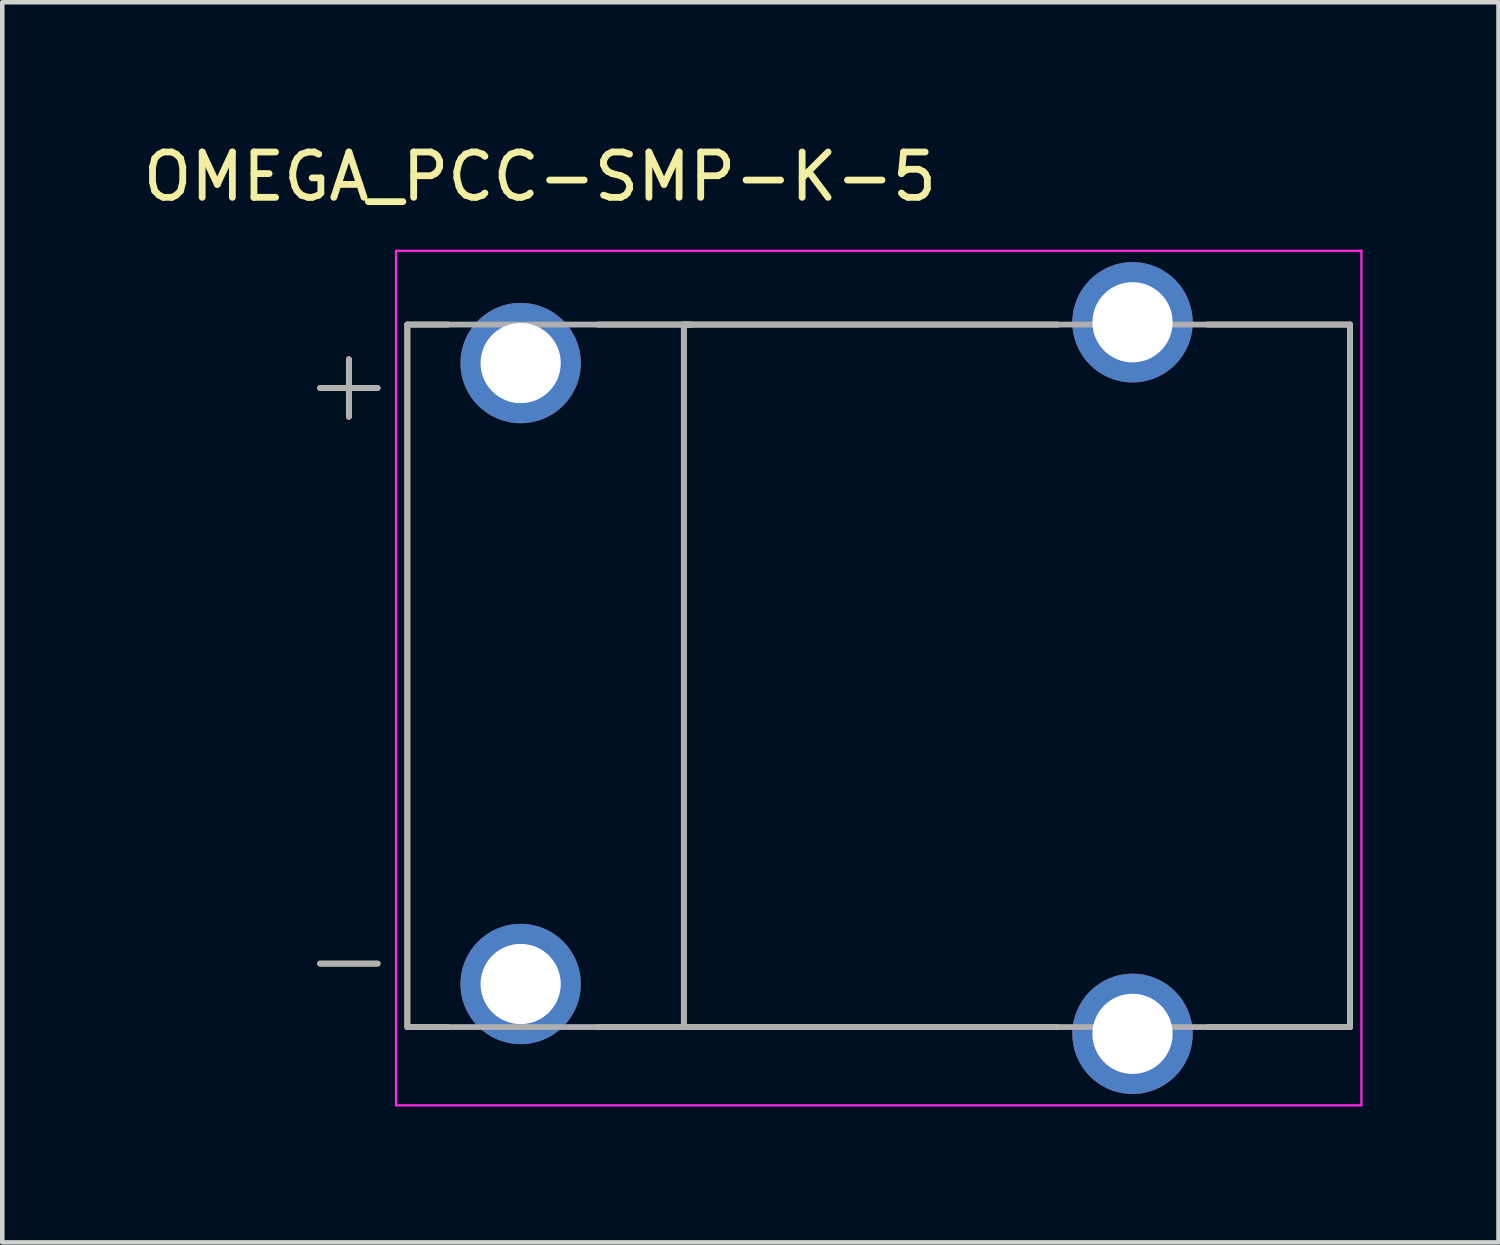
<source format=kicad_pcb>
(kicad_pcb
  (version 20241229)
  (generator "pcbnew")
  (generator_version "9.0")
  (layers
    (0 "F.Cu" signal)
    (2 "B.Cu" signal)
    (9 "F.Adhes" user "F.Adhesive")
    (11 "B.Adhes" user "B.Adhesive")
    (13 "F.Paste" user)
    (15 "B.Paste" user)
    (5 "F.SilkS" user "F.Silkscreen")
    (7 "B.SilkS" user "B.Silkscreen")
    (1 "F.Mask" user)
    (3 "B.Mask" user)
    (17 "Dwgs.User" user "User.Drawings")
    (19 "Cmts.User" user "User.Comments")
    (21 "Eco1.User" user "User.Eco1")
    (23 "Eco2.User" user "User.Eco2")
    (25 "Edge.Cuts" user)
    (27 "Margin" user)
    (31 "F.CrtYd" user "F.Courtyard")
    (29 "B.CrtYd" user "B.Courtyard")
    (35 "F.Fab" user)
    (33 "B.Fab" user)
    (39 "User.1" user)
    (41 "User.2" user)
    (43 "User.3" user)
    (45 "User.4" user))
  (footprint "OMEGA_PCC-SMP-K-5"
    (layer "F.Cu")
    (at 16.338 11.861)
    (property "Reference" "OMEGA_PCC-SMP-K-5" (at -7.475 -11.012 0) (layer "F.SilkS") (effects (font (size 1 1) (thickness 0.15))))
    (attr through_hole)
    (fp_line (start -12.326 6.35) (end -11.056 6.35) (stroke (width 0.127) (type solid)) (layer "F.SilkS"))
    (fp_line (start -11.691 -6.985) (end -11.691 -5.715) (stroke (width 0.127) (type solid)) (layer "F.SilkS"))
    (fp_line (start -11.056 -6.35) (end -12.326 -6.35) (stroke (width 0.127) (type solid)) (layer "F.SilkS"))
    (fp_line (start -10.4 -7.75) (end -10.4 7.75) (stroke (width 0.127) (type solid)) (layer "F.SilkS"))
    (fp_line (start -10.4 7.75) (end -9.498 7.75) (stroke (width 0.127) (type solid)) (layer "F.SilkS"))
    (fp_line (start -9.498 -7.75) (end -10.4 -7.75) (stroke (width 0.127) (type solid)) (layer "F.SilkS"))
    (fp_line (start -6.202 7.75) (end -4.25 7.75) (stroke (width 0.127) (type solid)) (layer "F.SilkS"))
    (fp_line (start -4.3 -7.75) (end 3.953 -7.75) (stroke (width 0.127) (type solid)) (layer "F.SilkS"))
    (fp_line (start -4.3 7.75) (end -4.3 -7.75) (stroke (width 0.127) (type solid)) (layer "F.SilkS"))
    (fp_line (start -4.15 -7.75) (end -6.202 -7.75) (stroke (width 0.127) (type solid)) (layer "F.SilkS"))
    (fp_line (start 3.953 7.75) (end -4.3 7.75) (stroke (width 0.127) (type solid)) (layer "F.SilkS"))
    (fp_line (start 7.247 -7.75) (end 10.4 -7.75) (stroke (width 0.127) (type solid)) (layer "F.SilkS"))
    (fp_line (start 10.4 -7.75) (end 10.4 7.75) (stroke (width 0.127) (type solid)) (layer "F.SilkS"))
    (fp_line (start 10.4 7.75) (end 7.247 7.75) (stroke (width 0.127) (type solid)) (layer "F.SilkS"))
    (fp_line (start -10.65 -9.377) (end -10.65 9.477) (stroke (width 0.05) (type solid)) (layer "F.CrtYd"))
    (fp_line (start -10.65 9.477) (end 10.65 9.477) (stroke (width 0.05) (type solid)) (layer "F.CrtYd"))
    (fp_line (start 10.65 -9.377) (end -10.65 -9.377) (stroke (width 0.05) (type solid)) (layer "F.CrtYd"))
    (fp_line (start 10.65 9.477) (end 10.65 -9.377) (stroke (width 0.05) (type solid)) (layer "F.CrtYd"))
    (fp_line (start -12.326 -6.35) (end -11.056 -6.35) (stroke (width 0.127) (type solid)) (layer "F.Fab"))
    (fp_line (start -12.326 6.35) (end -11.056 6.35) (stroke (width 0.127) (type solid)) (layer "F.Fab"))
    (fp_line (start -11.691 -6.985) (end -11.691 -5.715) (stroke (width 0.127) (type solid)) (layer "F.Fab"))
    (fp_line (start -10.4 -7.75) (end -10.4 7.75) (stroke (width 0.127) (type solid)) (layer "F.Fab"))
    (fp_line (start -10.4 7.75) (end -4.25 7.75) (stroke (width 0.127) (type solid)) (layer "F.Fab"))
    (fp_line (start -4.3 -7.75) (end 10.4 -7.75) (stroke (width 0.127) (type solid)) (layer "F.Fab"))
    (fp_line (start -4.3 7.75) (end -4.3 -7.75) (stroke (width 0.127) (type solid)) (layer "F.Fab"))
    (fp_line (start -4.15 -7.75) (end -10.4 -7.75) (stroke (width 0.127) (type solid)) (layer "F.Fab"))
    (fp_line (start 10.4 -7.75) (end 10.4 7.75) (stroke (width 0.127) (type solid)) (layer "F.Fab"))
    (fp_line (start 10.4 7.75) (end -4.3 7.75) (stroke (width 0.127) (type solid)) (layer "F.Fab"))
    (pad "N" thru_hole circle (at -7.9 6.8) (size 2.655 2.655) (drill 1.77) (layers "*.Cu" "*.Mask"))
    (pad "P" thru_hole circle (at -7.9 -6.9) (size 2.655 2.655) (drill 1.77) (layers "*.Cu" "*.Mask"))
    (pad "S1" thru_hole circle (at 5.6 -7.8) (size 2.655 2.655) (drill 1.77) (layers "*.Cu" "*.Mask"))
    (pad "S2" thru_hole circle (at 5.6 7.9) (size 2.655 2.655) (drill 1.77) (layers "*.Cu" "*.Mask")))
  (gr_rect
    (start -3 -3)
    (end 30.013 24.363)
    (stroke (width 0.1) (type default))
    (fill no)
    (layer "Edge.Cuts")))
</source>
